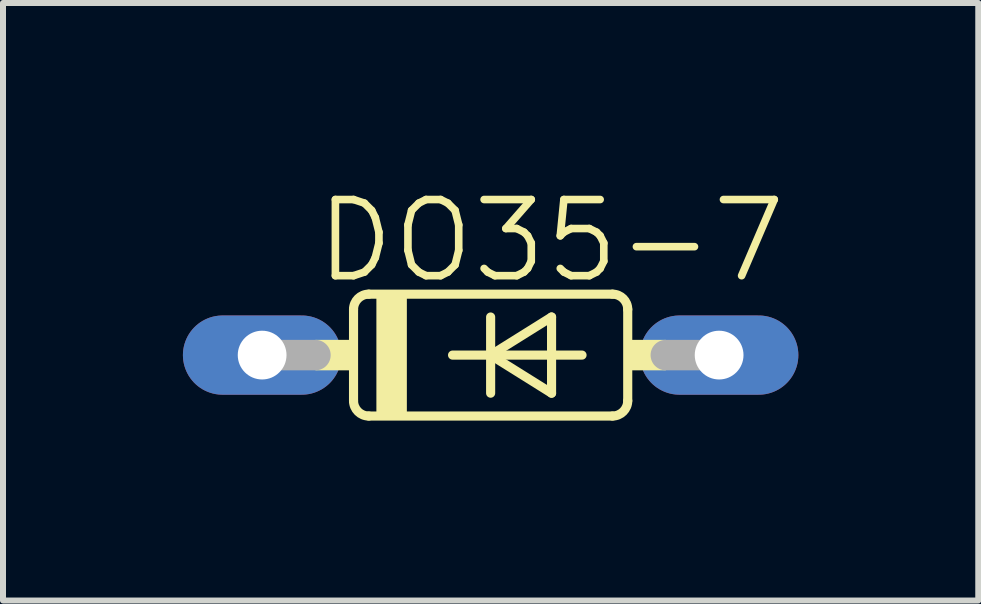
<source format=kicad_pcb>
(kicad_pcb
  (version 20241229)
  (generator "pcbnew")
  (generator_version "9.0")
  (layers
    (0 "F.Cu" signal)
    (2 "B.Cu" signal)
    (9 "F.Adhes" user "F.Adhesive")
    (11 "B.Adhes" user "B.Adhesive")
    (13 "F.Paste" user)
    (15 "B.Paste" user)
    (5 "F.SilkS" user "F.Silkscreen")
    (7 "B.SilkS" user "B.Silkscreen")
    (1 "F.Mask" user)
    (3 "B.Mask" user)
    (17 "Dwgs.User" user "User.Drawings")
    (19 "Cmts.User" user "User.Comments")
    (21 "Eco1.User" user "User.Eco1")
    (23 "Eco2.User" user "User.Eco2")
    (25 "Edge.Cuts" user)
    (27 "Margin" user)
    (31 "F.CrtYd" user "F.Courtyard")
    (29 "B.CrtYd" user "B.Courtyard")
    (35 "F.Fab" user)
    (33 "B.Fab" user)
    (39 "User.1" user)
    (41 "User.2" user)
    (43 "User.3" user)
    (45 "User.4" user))
  (footprint "DO35-7"
    (layer "F.Cu")
    (at 5.131 2.871)
    (property "Reference" "DO35-7" (at 1.01 -1.905 0) (layer "F.SilkS") (effects (font (size 1.27 1.27) (thickness 0.127))))
    (attr through_hole)
    (fp_line (start -2.286 -0.762) (end -2.286 0.762) (stroke (width 0.152) (type solid)) (layer "F.SilkS"))
    (fp_line (start -2.032 -1.016) (end 2.032 -1.016) (stroke (width 0.152) (type solid)) (layer "F.SilkS"))
    (fp_line (start -2.032 1.016) (end 2.032 1.016) (stroke (width 0.152) (type solid)) (layer "F.SilkS"))
    (fp_line (start -0.635 0) (end 0 0) (stroke (width 0.152) (type solid)) (layer "F.SilkS"))
    (fp_line (start 0 -0.635) (end 0 0) (stroke (width 0.152) (type solid)) (layer "F.SilkS"))
    (fp_line (start 0 0) (end 0 0.635) (stroke (width 0.152) (type solid)) (layer "F.SilkS"))
    (fp_line (start 0 0) (end 1.016 -0.635) (stroke (width 0.152) (type solid)) (layer "F.SilkS"))
    (fp_line (start 0 0) (end 1.524 0) (stroke (width 0.152) (type solid)) (layer "F.SilkS"))
    (fp_line (start 1.016 -0.635) (end 1.016 0.635) (stroke (width 0.152) (type solid)) (layer "F.SilkS"))
    (fp_line (start 1.016 0.635) (end 0 0) (stroke (width 0.152) (type solid)) (layer "F.SilkS"))
    (fp_line (start 2.286 -0.762) (end 2.286 0.762) (stroke (width 0.152) (type solid)) (layer "F.SilkS"))
    (fp_arc (start -2.286 -0.762) (mid -2.211605 -0.941605) (end -2.032 -1.016) (stroke (width 0.1524) (type solid)) (layer "F.SilkS"))
    (fp_arc (start -2.032 1.016) (mid -2.211605 0.941605) (end -2.286 0.762) (stroke (width 0.1524) (type solid)) (layer "F.SilkS"))
    (fp_arc (start 2.032 -1.016) (mid 2.211605 -0.941605) (end 2.286 -0.762) (stroke (width 0.1524) (type solid)) (layer "F.SilkS"))
    (fp_arc (start 2.286 0.762) (mid 2.211605 0.941605) (end 2.032 1.016) (stroke (width 0.1524) (type solid)) (layer "F.SilkS"))
    (fp_poly (pts (xy -2.921 -0.254) (xy -2.286 -0.254) (xy -2.286 0.254) (xy -2.921 0.254)) (stroke (width 0) (type solid)) (fill yes) (layer "F.SilkS"))
    (fp_poly (pts (xy -1.905 -1.016) (xy -1.397 -1.016) (xy -1.397 1.016) (xy -1.905 1.016)) (stroke (width 0) (type solid)) (fill yes) (layer "F.SilkS"))
    (fp_poly (pts (xy 2.286 -0.254) (xy 2.921 -0.254) (xy 2.921 0.254) (xy 2.286 0.254)) (stroke (width 0) (type solid)) (fill yes) (layer "F.SilkS"))
    (fp_line (start -3.81 0) (end -2.921 0) (stroke (width 0.508) (type solid)) (layer "F.Fab"))
    (fp_line (start 3.81 0) (end 2.921 0) (stroke (width 0.508) (type solid)) (layer "F.Fab"))
    (pad "A" thru_hole oval (at 3.81 0) (size 2.642 1.321) (drill 0.813) (layers "*.Cu" "*.Mask"))
    (pad "C" thru_hole oval (at -3.81 0) (size 2.642 1.321) (drill 0.813) (layers "*.Cu" "*.Mask")))
  (gr_rect
    (start -3 -3)
    (end 13.262 6.963)
    (stroke (width 0.1) (type default))
    (fill no)
    (layer "Edge.Cuts")))
</source>
